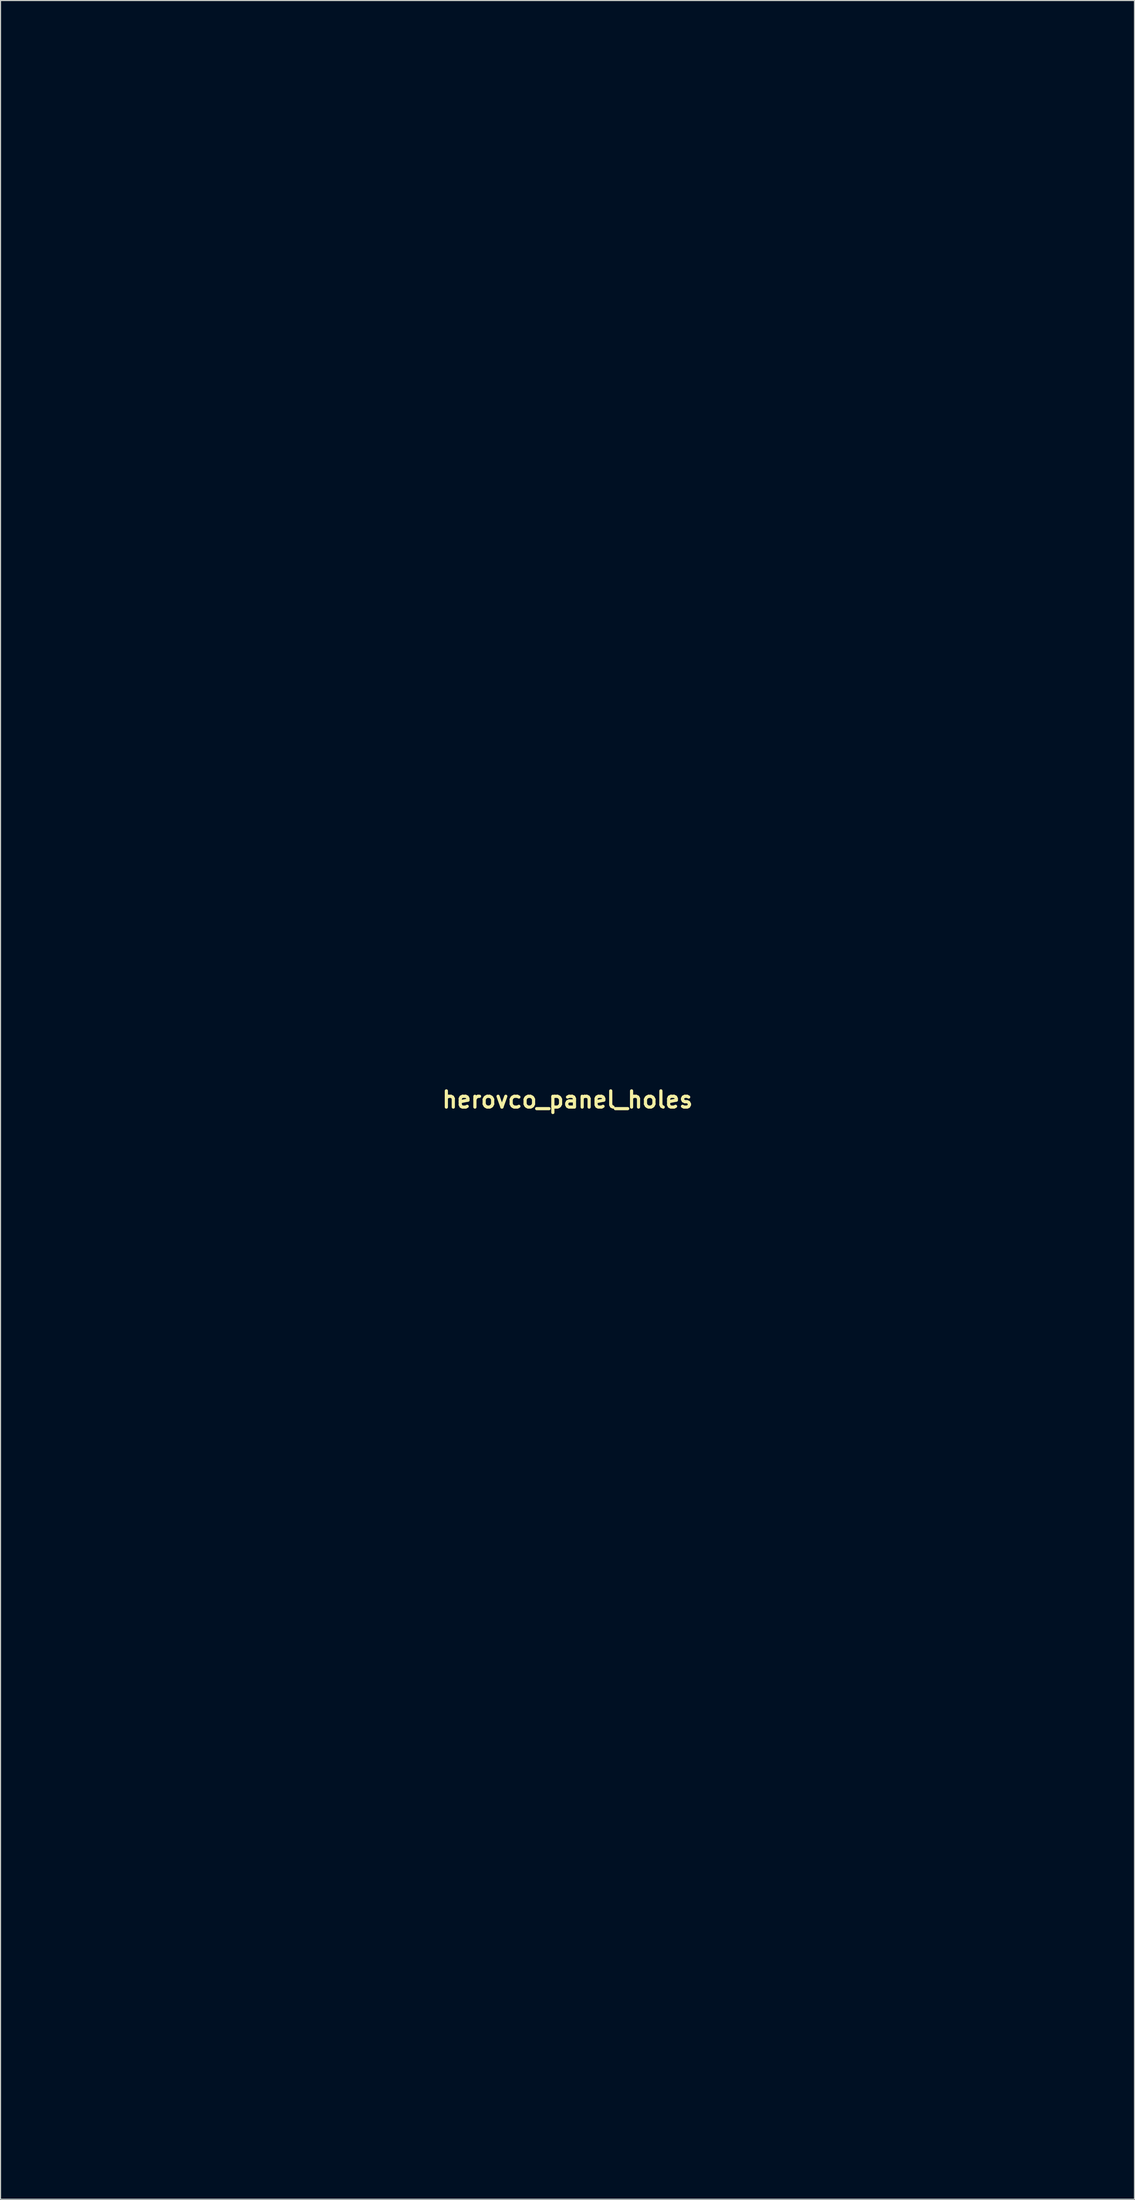
<source format=kicad_pcb>
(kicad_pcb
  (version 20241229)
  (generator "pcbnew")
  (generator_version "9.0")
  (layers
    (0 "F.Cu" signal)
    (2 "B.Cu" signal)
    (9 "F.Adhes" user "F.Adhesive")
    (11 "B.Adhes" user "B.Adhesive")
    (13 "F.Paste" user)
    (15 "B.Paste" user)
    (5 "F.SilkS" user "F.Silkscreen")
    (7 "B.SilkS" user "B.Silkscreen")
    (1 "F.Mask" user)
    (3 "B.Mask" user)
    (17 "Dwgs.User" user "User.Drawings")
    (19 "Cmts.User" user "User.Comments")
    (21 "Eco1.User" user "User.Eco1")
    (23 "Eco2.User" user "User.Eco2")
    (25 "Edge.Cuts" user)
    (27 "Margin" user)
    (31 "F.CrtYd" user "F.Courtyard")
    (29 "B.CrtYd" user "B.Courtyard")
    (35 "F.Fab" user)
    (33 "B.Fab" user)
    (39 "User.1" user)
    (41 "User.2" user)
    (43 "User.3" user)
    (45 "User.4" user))
  (footprint "herovco_panel_holes"
    (layer "F.Cu")
    (at 50.317 100.304)
    (property "Reference" "herovco_panel_holes" (at 0 0 0) (layer "F.SilkS") (effects (font (size 1.524 1.524) (thickness 0.3))))
    (attr board_only exclude_from_pos_files exclude_from_bom)
    (fp_poly (pts (xy -37.643 4.877) (xy -40.005 4.877) (xy -40.005 5.131) (xy -37.643 5.131) (xy -37.643 6.528) (xy -42.494 6.528) (xy -42.494 3.505) (xy -37.643 3.505)) (stroke (width 0.1) (type solid)) (fill no) (layer "Eco1.User"))
    (fp_poly (pts (xy -32.499 3.518) (xy -32.499 6.515) (xy -34.931 6.522) (xy -37.363 6.528) (xy -37.363 5.131) (xy -35.001 5.131) (xy -35.001 4.877) (xy -37.363 4.877) (xy -37.363 3.505)) (stroke (width 0.1) (type solid)) (fill no) (layer "Eco1.User"))
    (fp_poly (pts (xy 50.267 100.279) (xy -50.267 100.279) (xy -50.267 99.746) (xy -49.733 99.746) (xy 49.733 99.746) (xy 49.733 -99.72) (xy -49.733 -99.72) (xy -49.733 99.746) (xy -50.267 99.746) (xy -50.267 -100.254) (xy 50.267 -100.254)) (stroke (width 0.1) (type solid)) (fill no) (layer "Eco1.User"))
    (fp_poly (pts (xy 44.184 -41.221) (xy 44.403 -41.169) (xy 44.609 -41.078) (xy 44.797 -40.95) (xy 44.961 -40.784) (xy 45.096 -40.582) (xy 45.118 -40.538) (xy 45.209 -40.303) (xy 45.25 -40.069) (xy 45.24 -39.834) (xy 45.181 -39.597) (xy 45.11 -39.43) (xy 44.981 -39.222) (xy 44.818 -39.047) (xy 44.627 -38.908) (xy 44.413 -38.809) (xy 44.183 -38.752) (xy 43.944 -38.741) (xy 43.708 -38.774) (xy 43.493 -38.848) (xy 43.297 -38.963) (xy 43.139 -39.095) (xy 42.976 -39.284) (xy 42.857 -39.493) (xy 42.783 -39.715) (xy 42.764 -39.853) (xy 43.002 -39.853) (xy 43.866 -39.853) (xy 43.866 -38.989) (xy 44.12 -38.989) (xy 44.12 -39.853) (xy 45.009 -39.853) (xy 45.009 -40.105) (xy 44.571 -40.112) (xy 44.133 -40.119) (xy 44.119 -40.996) (xy 43.866 -40.996) (xy 43.866 -40.107) (xy 43.002 -40.107) (xy 43.002 -39.853) (xy 42.764 -39.853) (xy 42.752 -39.944) (xy 42.765 -40.174) (xy 42.823 -40.4) (xy 42.925 -40.614) (xy 43.071 -40.812) (xy 43.119 -40.863) (xy 43.309 -41.02) (xy 43.516 -41.133) (xy 43.735 -41.204) (xy 43.96 -41.233)) (stroke (width 0.1) (type solid)) (fill no) (layer "Eco1.User"))
    (fp_poly (pts (xy 44.252 -31.214) (xy 44.481 -31.141) (xy 44.69 -31.025) (xy 44.875 -30.872) (xy 45.028 -30.687) (xy 45.146 -30.477) (xy 45.222 -30.246) (xy 45.238 -30.161) (xy 45.249 -29.925) (xy 45.214 -29.695) (xy 45.137 -29.477) (xy 45.021 -29.277) (xy 44.872 -29.1) (xy 44.693 -28.952) (xy 44.489 -28.839) (xy 44.263 -28.766) (xy 44.196 -28.754) (xy 44.09 -28.738) (xy 44.01 -28.732) (xy 43.935 -28.735) (xy 43.842 -28.748) (xy 43.794 -28.756) (xy 43.564 -28.819) (xy 43.35 -28.926) (xy 43.161 -29.071) (xy 43 -29.249) (xy 42.875 -29.453) (xy 42.79 -29.678) (xy 42.776 -29.738) (xy 42.765 -29.845) (xy 43.002 -29.845) (xy 43.866 -29.845) (xy 43.866 -28.981) (xy 44.12 -28.981) (xy 44.12 -29.844) (xy 44.558 -29.851) (xy 44.996 -29.858) (xy 45.011 -30.124) (xy 44.12 -30.124) (xy 44.12 -30.988) (xy 43.866 -30.988) (xy 43.866 -30.124) (xy 43.002 -30.124) (xy 43.002 -29.845) (xy 42.765 -29.845) (xy 42.751 -29.982) (xy 42.774 -30.222) (xy 42.844 -30.452) (xy 42.959 -30.667) (xy 43.117 -30.86) (xy 43.139 -30.882) (xy 43.339 -31.041) (xy 43.557 -31.154) (xy 43.788 -31.221) (xy 44.029 -31.24)) (stroke (width 0.1) (type solid)) (fill no) (layer "Eco1.User"))
    (fp_poly (pts (xy 44.193 -51.218) (xy 44.367 -51.185) (xy 44.447 -51.158) (xy 44.675 -51.041) (xy 44.868 -50.889) (xy 45.025 -50.706) (xy 45.141 -50.497) (xy 45.215 -50.265) (xy 45.242 -50.015) (xy 45.243 -50) (xy 45.223 -49.751) (xy 45.162 -49.527) (xy 45.057 -49.324) (xy 44.904 -49.135) (xy 44.847 -49.078) (xy 44.655 -48.93) (xy 44.438 -48.824) (xy 44.206 -48.761) (xy 43.965 -48.743) (xy 43.723 -48.772) (xy 43.65 -48.79) (xy 43.427 -48.88) (xy 43.229 -49.009) (xy 43.06 -49.174) (xy 42.924 -49.366) (xy 42.825 -49.579) (xy 42.767 -49.809) (xy 42.764 -49.86) (xy 43.002 -49.86) (xy 43.866 -49.86) (xy 43.866 -48.997) (xy 44.119 -48.997) (xy 44.126 -49.422) (xy 44.133 -49.847) (xy 45.009 -49.861) (xy 45.009 -50.113) (xy 44.571 -50.12) (xy 44.133 -50.127) (xy 44.126 -50.552) (xy 44.119 -50.978) (xy 43.866 -50.978) (xy 43.866 -50.114) (xy 43.002 -50.114) (xy 43.002 -49.86) (xy 42.764 -49.86) (xy 42.755 -50.048) (xy 42.758 -50.095) (xy 42.805 -50.342) (xy 42.897 -50.569) (xy 43.029 -50.771) (xy 43.198 -50.943) (xy 43.399 -51.081) (xy 43.63 -51.18) (xy 43.646 -51.185) (xy 43.813 -51.219) (xy 44.002 -51.23)) (stroke (width 0.1) (type solid)) (fill no) (layer "Eco1.User"))
    (fp_poly (pts (xy 44.123 -61.233) (xy 44.353 -61.187) (xy 44.539 -61.116) (xy 44.745 -60.992) (xy 44.921 -60.832) (xy 45.063 -60.642) (xy 45.168 -60.429) (xy 45.231 -60.199) (xy 45.249 -59.96) (xy 45.238 -59.818) (xy 45.179 -59.577) (xy 45.079 -59.359) (xy 44.942 -59.168) (xy 44.772 -59.009) (xy 44.574 -58.883) (xy 44.354 -58.796) (xy 44.115 -58.75) (xy 43.863 -58.749) (xy 43.824 -58.754) (xy 43.615 -58.802) (xy 43.41 -58.894) (xy 43.22 -59.022) (xy 43.054 -59.179) (xy 42.923 -59.358) (xy 42.88 -59.438) (xy 42.794 -59.67) (xy 42.761 -59.868) (xy 43.002 -59.868) (xy 43.866 -59.868) (xy 43.866 -59.44) (xy 43.867 -59.298) (xy 43.869 -59.173) (xy 43.873 -59.076) (xy 43.878 -59.014) (xy 43.883 -58.996) (xy 43.917 -58.985) (xy 43.981 -58.979) (xy 44.009 -58.979) (xy 44.119 -58.979) (xy 44.133 -59.855) (xy 45.009 -59.869) (xy 45.009 -60.122) (xy 44.12 -60.122) (xy 44.12 -60.985) (xy 43.866 -60.985) (xy 43.866 -60.122) (xy 43.002 -60.122) (xy 43.002 -59.868) (xy 42.761 -59.868) (xy 42.756 -59.899) (xy 42.76 -60.122) (xy 42.804 -60.336) (xy 42.884 -60.535) (xy 42.995 -60.718) (xy 43.134 -60.879) (xy 43.298 -61.015) (xy 43.483 -61.122) (xy 43.684 -61.197) (xy 43.899 -61.235)) (stroke (width 0.1) (type solid)) (fill no) (layer "Eco1.User"))
    (fp_poly (pts (xy -43.721 95.486) (xy -43.462 95.598) (xy -43.227 95.751) (xy -43.022 95.939) (xy -42.854 96.156) (xy -42.808 96.233) (xy -42.725 96.395) (xy -42.668 96.543) (xy -42.633 96.694) (xy -42.616 96.866) (xy -42.612 97.015) (xy -42.613 97.155) (xy -42.619 97.26) (xy -42.631 97.345) (xy -42.651 97.425) (xy -42.678 97.506) (xy -42.799 97.778) (xy -42.955 98.013) (xy -43.148 98.214) (xy -43.319 98.345) (xy -43.525 98.463) (xy -43.741 98.545) (xy -43.983 98.595) (xy -44.046 98.603) (xy -44.113 98.608) (xy -44.225 98.612) (xy -44.375 98.615) (xy -44.559 98.618) (xy -44.768 98.621) (xy -44.999 98.622) (xy -45.244 98.623) (xy -45.498 98.624) (xy -45.754 98.624) (xy -46.007 98.623) (xy -46.251 98.622) (xy -46.48 98.62) (xy -46.687 98.618) (xy -46.867 98.615) (xy -47.014 98.611) (xy -47.121 98.607) (xy -47.181 98.603) (xy -47.46 98.545) (xy -47.719 98.441) (xy -47.955 98.295) (xy -48.162 98.11) (xy -48.337 97.889) (xy -48.428 97.732) (xy -48.523 97.507) (xy -48.578 97.28) (xy -48.597 97.032) (xy -48.597 97.015) (xy -48.573 96.73) (xy -48.502 96.462) (xy -48.386 96.213) (xy -48.229 95.99) (xy -48.032 95.794) (xy -47.798 95.63) (xy -47.712 95.584) (xy -47.648 95.551) (xy -47.59 95.523) (xy -47.534 95.5) (xy -47.476 95.48) (xy -47.412 95.463) (xy -47.337 95.45) (xy -47.247 95.439) (xy -47.139 95.431) (xy -47.008 95.425) (xy -46.85 95.42) (xy -46.661 95.418) (xy -46.437 95.416) (xy -46.174 95.415) (xy -45.867 95.415) (xy -45.58 95.415) (xy -43.929 95.415)) (stroke (width 0.1) (type solid)) (fill no) (layer "Eco1.User"))
    (fp_poly (pts (xy -44.85 -98.6) (xy -44.625 -98.598) (xy -44.434 -98.595) (xy -44.273 -98.589) (xy -44.137 -98.582) (xy -44.023 -98.573) (xy -43.927 -98.561) (xy -43.843 -98.547) (xy -43.768 -98.529) (xy -43.698 -98.509) (xy -43.666 -98.498) (xy -43.428 -98.392) (xy -43.209 -98.242) (xy -43.014 -98.053) (xy -42.849 -97.832) (xy -42.718 -97.583) (xy -42.678 -97.481) (xy -42.648 -97.391) (xy -42.629 -97.311) (xy -42.618 -97.225) (xy -42.613 -97.118) (xy -42.612 -96.99) (xy -42.619 -96.793) (xy -42.64 -96.629) (xy -42.68 -96.48) (xy -42.743 -96.33) (xy -42.808 -96.208) (xy -42.962 -95.983) (xy -43.156 -95.785) (xy -43.381 -95.62) (xy -43.632 -95.494) (xy -43.721 -95.461) (xy -43.929 -95.391) (xy -45.504 -95.386) (xy -45.787 -95.386) (xy -46.059 -95.386) (xy -46.314 -95.387) (xy -46.548 -95.389) (xy -46.756 -95.391) (xy -46.933 -95.394) (xy -47.074 -95.397) (xy -47.174 -95.4) (xy -47.229 -95.404) (xy -47.23 -95.404) (xy -47.501 -95.47) (xy -47.753 -95.58) (xy -47.982 -95.731) (xy -48.183 -95.917) (xy -48.35 -96.134) (xy -48.48 -96.378) (xy -48.556 -96.603) (xy -48.583 -96.759) (xy -48.595 -96.941) (xy -48.591 -97.129) (xy -48.572 -97.301) (xy -48.556 -97.376) (xy -48.463 -97.637) (xy -48.327 -97.878) (xy -48.151 -98.094) (xy -47.942 -98.278) (xy -47.72 -98.414) (xy -47.652 -98.449) (xy -47.591 -98.479) (xy -47.533 -98.504) (xy -47.473 -98.525) (xy -47.407 -98.542) (xy -47.33 -98.556) (xy -47.238 -98.567) (xy -47.127 -98.575) (xy -46.992 -98.581) (xy -46.828 -98.586) (xy -46.632 -98.59) (xy -46.399 -98.592) (xy -46.124 -98.594) (xy -45.803 -98.597) (xy -45.771 -98.597) (xy -45.419 -98.599) (xy -45.113 -98.6)) (stroke (width 0.1) (type solid)) (fill no) (layer "Eco1.User"))
    (fp_poly (pts (xy -24.423 -28.437) (xy -24.161 -28.384) (xy -23.773 -28.265) (xy -23.4 -28.101) (xy -23.049 -27.893) (xy -22.724 -27.646) (xy -22.431 -27.362) (xy -22.264 -27.165) (xy -22.155 -27.023) (xy -22.069 -26.899) (xy -21.993 -26.778) (xy -21.918 -26.64) (xy -21.858 -26.522) (xy -21.699 -26.148) (xy -21.588 -25.756) (xy -21.524 -25.348) (xy -21.508 -24.994) (xy -21.532 -24.565) (xy -21.603 -24.155) (xy -21.722 -23.763) (xy -21.887 -23.39) (xy -22.1 -23.036) (xy -22.359 -22.703) (xy -22.485 -22.566) (xy -22.796 -22.277) (xy -23.131 -22.032) (xy -23.491 -21.832) (xy -23.878 -21.674) (xy -24.232 -21.573) (xy -24.414 -21.539) (xy -24.629 -21.515) (xy -24.859 -21.5) (xy -25.09 -21.495) (xy -25.305 -21.502) (xy -25.489 -21.52) (xy -25.514 -21.524) (xy -25.938 -21.617) (xy -26.334 -21.752) (xy -26.702 -21.93) (xy -27.046 -22.151) (xy -27.368 -22.417) (xy -27.471 -22.516) (xy -27.756 -22.835) (xy -27.995 -23.175) (xy -28.187 -23.535) (xy -28.333 -23.917) (xy -28.432 -24.318) (xy -28.485 -24.739) (xy -28.491 -24.843) (xy -28.49 -24.867) (xy -27.508 -24.867) (xy -26.321 -24.861) (xy -25.133 -24.854) (xy -25.12 -22.479) (xy -24.867 -22.479) (xy -24.867 -24.867) (xy -22.504 -24.867) (xy -22.504 -25.121) (xy -24.867 -25.121) (xy -24.867 -27.483) (xy -25.121 -27.483) (xy -25.121 -25.121) (xy -27.508 -25.121) (xy -27.508 -24.867) (xy -28.49 -24.867) (xy -28.484 -25.273) (xy -28.43 -25.686) (xy -28.328 -26.083) (xy -28.178 -26.461) (xy -27.982 -26.821) (xy -27.738 -27.161) (xy -27.451 -27.478) (xy -27.136 -27.756) (xy -26.796 -27.99) (xy -26.435 -28.18) (xy -26.055 -28.325) (xy -25.661 -28.424) (xy -25.255 -28.476) (xy -24.841 -28.481)) (stroke (width 0.1) (type solid)) (fill no) (layer "Eco1.User"))
    (fp_poly (pts (xy 25.276 21.562) (xy 25.491 21.581) (xy 25.629 21.601) (xy 26.038 21.704) (xy 26.426 21.851) (xy 26.789 22.04) (xy 27.124 22.267) (xy 27.43 22.529) (xy 27.703 22.825) (xy 27.941 23.151) (xy 28.141 23.505) (xy 28.3 23.883) (xy 28.416 24.283) (xy 28.462 24.524) (xy 28.485 24.733) (xy 28.494 24.97) (xy 28.491 25.217) (xy 28.475 25.457) (xy 28.447 25.674) (xy 28.426 25.781) (xy 28.307 26.193) (xy 28.145 26.58) (xy 27.942 26.94) (xy 27.702 27.27) (xy 27.428 27.569) (xy 27.12 27.832) (xy 26.783 28.059) (xy 26.418 28.247) (xy 26.028 28.392) (xy 25.652 28.486) (xy 25.512 28.507) (xy 25.34 28.523) (xy 25.149 28.534) (xy 24.955 28.539) (xy 24.773 28.538) (xy 24.618 28.53) (xy 24.552 28.522) (xy 24.136 28.44) (xy 23.737 28.31) (xy 23.358 28.134) (xy 23.001 27.914) (xy 22.671 27.652) (xy 22.446 27.432) (xy 22.181 27.116) (xy 21.96 26.777) (xy 21.783 26.421) (xy 21.649 26.051) (xy 21.558 25.67) (xy 21.511 25.284) (xy 21.51 25.171) (xy 22.504 25.171) (xy 24.867 25.171) (xy 24.867 27.534) (xy 25.12 27.534) (xy 25.133 25.184) (xy 26.321 25.177) (xy 27.508 25.171) (xy 27.508 24.917) (xy 25.121 24.917) (xy 25.121 22.555) (xy 24.867 22.555) (xy 24.867 24.917) (xy 22.504 24.917) (xy 22.504 25.171) (xy 21.51 25.171) (xy 21.506 24.895) (xy 21.545 24.508) (xy 21.626 24.127) (xy 21.749 23.755) (xy 21.915 23.397) (xy 22.124 23.056) (xy 22.374 22.736) (xy 22.625 22.479) (xy 22.946 22.216) (xy 23.297 21.993) (xy 23.672 21.812) (xy 24.067 21.675) (xy 24.39 21.599) (xy 24.581 21.573) (xy 24.804 21.559) (xy 25.041 21.555)) (stroke (width 0.1) (type solid)) (fill no) (layer "Eco1.User"))
    (fp_poly (pts (xy -12.164 45.027) (xy -11.691 45.081) (xy -11.229 45.179) (xy -10.779 45.32) (xy -10.345 45.503) (xy -9.929 45.725) (xy -9.536 45.987) (xy -9.167 46.286) (xy -8.827 46.622) (xy -8.517 46.992) (xy -8.24 47.397) (xy -8.001 47.834) (xy -7.975 47.887) (xy -7.786 48.346) (xy -7.646 48.815) (xy -7.552 49.291) (xy -7.506 49.771) (xy -7.507 50.251) (xy -7.553 50.728) (xy -7.644 51.198) (xy -7.78 51.658) (xy -7.96 52.104) (xy -8.184 52.533) (xy -8.45 52.941) (xy -8.759 53.325) (xy -8.953 53.532) (xy -9.326 53.871) (xy -9.725 54.168) (xy -10.149 54.423) (xy -10.593 54.633) (xy -11.055 54.799) (xy -11.531 54.919) (xy -12.019 54.991) (xy -12.514 55.015) (xy -13.014 54.989) (xy -13.027 54.987) (xy -13.513 54.912) (xy -13.984 54.789) (xy -14.436 54.622) (xy -14.869 54.414) (xy -15.278 54.165) (xy -15.661 53.88) (xy -16.016 53.561) (xy -16.339 53.209) (xy -16.629 52.828) (xy -16.881 52.42) (xy -17.094 51.987) (xy -17.265 51.532) (xy -17.39 51.058) (xy -17.397 51.027) (xy -17.472 50.537) (xy -17.493 50.14) (xy -15.011 50.14) (xy -12.624 50.14) (xy -12.624 52.502) (xy -12.37 52.502) (xy -12.37 50.14) (xy -10.008 50.14) (xy -10.008 49.886) (xy -12.37 49.886) (xy -12.37 47.523) (xy -12.624 47.523) (xy -12.624 49.886) (xy -15.011 49.886) (xy -15.011 50.14) (xy -17.493 50.14) (xy -17.499 50.043) (xy -17.477 49.548) (xy -17.408 49.059) (xy -17.291 48.581) (xy -17.154 48.184) (xy -16.947 47.728) (xy -16.698 47.299) (xy -16.41 46.899) (xy -16.085 46.53) (xy -15.726 46.196) (xy -15.336 45.898) (xy -14.917 45.639) (xy -14.472 45.422) (xy -14.091 45.277) (xy -13.61 45.142) (xy -13.126 45.057) (xy -12.643 45.019)) (stroke (width 0.1) (type solid)) (fill no) (layer "Eco1.User"))
    (fp_poly (pts (xy -36.854 45.057) (xy -36.388 45.141) (xy -35.931 45.268) (xy -35.486 45.439) (xy -35.058 45.653) (xy -34.649 45.91) (xy -34.264 46.208) (xy -34.014 46.438) (xy -33.666 46.815) (xy -33.362 47.215) (xy -33.104 47.637) (xy -32.888 48.085) (xy -32.809 48.285) (xy -32.668 48.735) (xy -32.571 49.204) (xy -32.517 49.684) (xy -32.509 50.169) (xy -32.545 50.651) (xy -32.626 51.122) (xy -32.654 51.238) (xy -32.799 51.713) (xy -32.99 52.169) (xy -33.225 52.601) (xy -33.5 53.008) (xy -33.814 53.387) (xy -34.164 53.733) (xy -34.548 54.046) (xy -34.965 54.321) (xy -35.245 54.476) (xy -35.68 54.671) (xy -36.138 54.823) (xy -36.612 54.931) (xy -37.094 54.995) (xy -37.577 55.013) (xy -38.055 54.983) (xy -38.1 54.978) (xy -38.596 54.892) (xy -39.072 54.761) (xy -39.534 54.582) (xy -39.878 54.413) (xy -40.262 54.182) (xy -40.633 53.906) (xy -40.982 53.595) (xy -41.304 53.254) (xy -41.588 52.891) (xy -41.681 52.756) (xy -41.934 52.325) (xy -42.141 51.875) (xy -42.301 51.408) (xy -42.415 50.929) (xy -42.481 50.44) (xy -42.492 50.14) (xy -40.005 50.14) (xy -37.643 50.14) (xy -37.643 52.502) (xy -37.363 52.502) (xy -37.363 50.14) (xy -35.001 50.14) (xy -35.001 49.886) (xy -37.363 49.886) (xy -37.363 47.523) (xy -37.643 47.523) (xy -37.643 49.886) (xy -40.005 49.886) (xy -40.005 50.14) (xy -42.492 50.14) (xy -42.498 49.945) (xy -42.467 49.448) (xy -42.387 48.951) (xy -42.351 48.793) (xy -42.211 48.33) (xy -42.025 47.882) (xy -41.795 47.454) (xy -41.523 47.049) (xy -41.213 46.67) (xy -40.866 46.321) (xy -40.486 46.006) (xy -40.08 45.731) (xy -39.648 45.497) (xy -39.201 45.309) (xy -38.742 45.168) (xy -38.274 45.072) (xy -37.801 45.022) (xy -37.327 45.017)) (stroke (width 0.1) (type solid)) (fill no) (layer "Eco1.User"))
    (fp_poly (pts (xy 25.404 -8.463) (xy 25.783 -8.399) (xy 26.152 -8.29) (xy 26.522 -8.134) (xy 26.531 -8.129) (xy 26.898 -7.923) (xy 27.232 -7.678) (xy 27.533 -7.398) (xy 27.798 -7.086) (xy 28.025 -6.745) (xy 28.211 -6.378) (xy 28.354 -5.988) (xy 28.451 -5.578) (xy 28.465 -5.499) (xy 28.483 -5.329) (xy 28.492 -5.127) (xy 28.491 -4.909) (xy 28.482 -4.691) (xy 28.465 -4.49) (xy 28.44 -4.319) (xy 28.435 -4.293) (xy 28.321 -3.878) (xy 28.162 -3.489) (xy 27.96 -3.125) (xy 27.714 -2.785) (xy 27.522 -2.57) (xy 27.207 -2.278) (xy 26.87 -2.031) (xy 26.512 -1.83) (xy 26.134 -1.676) (xy 25.737 -1.568) (xy 25.324 -1.508) (xy 24.895 -1.495) (xy 24.752 -1.502) (xy 24.529 -1.521) (xy 24.333 -1.551) (xy 24.141 -1.595) (xy 23.929 -1.658) (xy 23.914 -1.663) (xy 23.523 -1.817) (xy 23.159 -2.014) (xy 22.823 -2.25) (xy 22.518 -2.524) (xy 22.247 -2.832) (xy 22.013 -3.172) (xy 21.818 -3.541) (xy 21.678 -3.895) (xy 21.6 -4.161) (xy 21.547 -4.42) (xy 21.517 -4.688) (xy 21.512 -4.851) (xy 22.504 -4.851) (xy 24.867 -4.851) (xy 24.867 -2.489) (xy 25.121 -2.489) (xy 25.121 -4.851) (xy 27.508 -4.851) (xy 27.508 -5.105) (xy 25.133 -5.118) (xy 25.127 -6.306) (xy 25.12 -7.493) (xy 24.867 -7.493) (xy 24.867 -5.105) (xy 22.504 -5.105) (xy 22.504 -4.851) (xy 21.512 -4.851) (xy 21.508 -4.985) (xy 21.508 -5.004) (xy 21.534 -5.429) (xy 21.607 -5.839) (xy 21.728 -6.231) (xy 21.895 -6.604) (xy 22.108 -6.955) (xy 22.366 -7.284) (xy 22.506 -7.434) (xy 22.822 -7.721) (xy 23.155 -7.96) (xy 23.506 -8.152) (xy 23.688 -8.23) (xy 23.995 -8.338) (xy 24.283 -8.414) (xy 24.57 -8.46) (xy 24.875 -8.481) (xy 25.006 -8.483)) (stroke (width 0.1) (type solid)) (fill no) (layer "Eco1.User"))
    (fp_poly (pts (xy 46.234 95.415) (xy 46.488 95.416) (xy 46.705 95.418) (xy 46.887 95.421) (xy 47.039 95.426) (xy 47.165 95.433) (xy 47.27 95.442) (xy 47.357 95.454) (xy 47.43 95.469) (xy 47.495 95.487) (xy 47.555 95.51) (xy 47.613 95.536) (xy 47.675 95.567) (xy 47.739 95.6) (xy 47.889 95.695) (xy 48.045 95.823) (xy 48.193 95.971) (xy 48.32 96.126) (xy 48.396 96.243) (xy 48.498 96.476) (xy 48.563 96.732) (xy 48.589 96.998) (xy 48.574 97.26) (xy 48.551 97.384) (xy 48.465 97.641) (xy 48.335 97.879) (xy 48.165 98.094) (xy 47.961 98.28) (xy 47.727 98.433) (xy 47.467 98.547) (xy 47.396 98.57) (xy 47.362 98.578) (xy 47.32 98.586) (xy 47.265 98.592) (xy 47.194 98.598) (xy 47.103 98.602) (xy 46.988 98.606) (xy 46.845 98.609) (xy 46.669 98.611) (xy 46.457 98.613) (xy 46.205 98.615) (xy 45.908 98.616) (xy 45.707 98.617) (xy 45.426 98.618) (xy 45.157 98.618) (xy 44.904 98.618) (xy 44.672 98.617) (xy 44.466 98.615) (xy 44.292 98.613) (xy 44.154 98.611) (xy 44.056 98.608) (xy 44.005 98.604) (xy 43.739 98.55) (xy 43.495 98.452) (xy 43.267 98.309) (xy 43.065 98.133) (xy 42.878 97.915) (xy 42.739 97.682) (xy 42.648 97.43) (xy 42.602 97.159) (xy 42.597 97.015) (xy 42.619 96.734) (xy 42.686 96.474) (xy 42.8 96.233) (xy 42.962 96.009) (xy 43.065 95.897) (xy 43.27 95.717) (xy 43.483 95.582) (xy 43.716 95.484) (xy 43.79 95.462) (xy 43.826 95.452) (xy 43.866 95.444) (xy 43.913 95.437) (xy 43.972 95.432) (xy 44.047 95.427) (xy 44.141 95.423) (xy 44.259 95.421) (xy 44.404 95.418) (xy 44.581 95.417) (xy 44.794 95.416) (xy 45.047 95.415) (xy 45.344 95.415) (xy 45.593 95.415) (xy 45.937 95.415)) (stroke (width 0.1) (type solid)) (fill no) (layer "Eco1.User"))
    (fp_poly (pts (xy 12.76 45.022) (xy 13.246 45.071) (xy 13.725 45.168) (xy 14.195 45.312) (xy 14.65 45.504) (xy 14.699 45.527) (xy 15.139 45.773) (xy 15.546 46.053) (xy 15.917 46.367) (xy 16.252 46.71) (xy 16.549 47.08) (xy 16.809 47.474) (xy 17.028 47.889) (xy 17.207 48.322) (xy 17.345 48.77) (xy 17.44 49.23) (xy 17.491 49.699) (xy 17.498 50.175) (xy 17.458 50.653) (xy 17.372 51.133) (xy 17.237 51.609) (xy 17.062 52.062) (xy 16.853 52.477) (xy 16.6 52.873) (xy 16.302 53.252) (xy 16.004 53.569) (xy 15.627 53.908) (xy 15.228 54.202) (xy 14.806 54.451) (xy 14.36 54.656) (xy 13.889 54.816) (xy 13.393 54.932) (xy 13.335 54.943) (xy 13.166 54.966) (xy 12.964 54.985) (xy 12.743 54.998) (xy 12.517 55.006) (xy 12.301 55.007) (xy 12.108 55.001) (xy 11.978 54.99) (xy 11.482 54.909) (xy 11.004 54.782) (xy 10.546 54.612) (xy 10.11 54.4) (xy 9.698 54.149) (xy 9.315 53.862) (xy 8.96 53.54) (xy 8.639 53.186) (xy 8.352 52.802) (xy 8.102 52.391) (xy 7.892 51.954) (xy 7.725 51.494) (xy 7.607 51.036) (xy 7.529 50.54) (xy 7.507 50.14) (xy 10.008 50.14) (xy 12.37 50.14) (xy 12.37 52.502) (xy 12.624 52.502) (xy 12.624 50.14) (xy 15.011 50.14) (xy 15.011 49.886) (xy 12.624 49.886) (xy 12.624 47.523) (xy 12.37 47.523) (xy 12.37 49.886) (xy 10.008 49.886) (xy 10.008 50.14) (xy 7.507 50.14) (xy 7.501 50.044) (xy 7.522 49.552) (xy 7.591 49.068) (xy 7.706 48.594) (xy 7.867 48.134) (xy 8.073 47.691) (xy 8.323 47.268) (xy 8.616 46.869) (xy 8.951 46.496) (xy 8.966 46.481) (xy 9.339 46.143) (xy 9.739 45.847) (xy 10.169 45.592) (xy 10.371 45.491) (xy 10.831 45.302) (xy 11.303 45.16) (xy 11.785 45.066) (xy 12.272 45.02)) (stroke (width 0.1) (type solid)) (fill no) (layer "Eco1.User"))
    (fp_poly (pts (xy 12.841 70.028) (xy 13.33 70.084) (xy 13.81 70.188) (xy 14.278 70.339) (xy 14.337 70.362) (xy 14.79 70.568) (xy 15.215 70.815) (xy 15.61 71.099) (xy 15.973 71.417) (xy 16.302 71.768) (xy 16.595 72.147) (xy 16.85 72.552) (xy 17.066 72.981) (xy 17.24 73.429) (xy 17.371 73.894) (xy 17.457 74.374) (xy 17.495 74.865) (xy 17.493 75.209) (xy 17.448 75.716) (xy 17.355 76.208) (xy 17.215 76.682) (xy 17.029 77.137) (xy 16.797 77.57) (xy 16.521 77.981) (xy 16.2 78.367) (xy 16.119 78.454) (xy 15.75 78.805) (xy 15.364 79.11) (xy 14.957 79.369) (xy 14.527 79.585) (xy 14.07 79.759) (xy 13.72 79.861) (xy 13.343 79.938) (xy 12.941 79.988) (xy 12.532 80.008) (xy 12.131 79.999) (xy 11.825 79.969) (xy 11.338 79.878) (xy 10.868 79.74) (xy 10.417 79.558) (xy 9.987 79.333) (xy 9.582 79.07) (xy 9.205 78.769) (xy 8.858 78.433) (xy 8.544 78.065) (xy 8.266 77.668) (xy 8.027 77.242) (xy 7.83 76.791) (xy 7.762 76.601) (xy 7.624 76.108) (xy 7.537 75.615) (xy 7.501 75.133) (xy 10.008 75.133) (xy 12.37 75.133) (xy 12.37 77.521) (xy 12.623 77.521) (xy 12.63 76.333) (xy 12.636 75.146) (xy 13.825 75.139) (xy 15.014 75.133) (xy 15.006 75.012) (xy 14.999 74.892) (xy 13.811 74.885) (xy 12.624 74.879) (xy 12.624 72.517) (xy 12.37 72.517) (xy 12.37 74.879) (xy 10.008 74.879) (xy 10.008 75.133) (xy 7.501 75.133) (xy 7.5 75.12) (xy 7.514 74.625) (xy 7.58 74.129) (xy 7.682 73.68) (xy 7.837 73.212) (xy 8.036 72.764) (xy 8.278 72.34) (xy 8.559 71.942) (xy 8.877 71.574) (xy 9.228 71.237) (xy 9.611 70.936) (xy 10.023 70.673) (xy 10.46 70.451) (xy 10.888 70.283) (xy 11.367 70.147) (xy 11.855 70.06) (xy 12.347 70.02)) (stroke (width 0.1) (type solid)) (fill no) (layer "Eco1.User"))
    (fp_poly (pts (xy -11.989 70.04) (xy -11.54 70.106) (xy -11.062 70.224) (xy -10.602 70.388) (xy -10.161 70.596) (xy -9.744 70.845) (xy -9.353 71.134) (xy -8.99 71.459) (xy -8.66 71.819) (xy -8.365 72.21) (xy -8.108 72.631) (xy -7.904 73.048) (xy -7.732 73.513) (xy -7.607 73.987) (xy -7.531 74.467) (xy -7.502 74.951) (xy -7.519 75.433) (xy -7.584 75.912) (xy -7.693 76.382) (xy -7.849 76.842) (xy -8.049 77.286) (xy -8.293 77.711) (xy -8.581 78.115) (xy -8.666 78.219) (xy -9.008 78.59) (xy -9.381 78.921) (xy -9.783 79.211) (xy -10.211 79.459) (xy -10.662 79.664) (xy -11.134 79.823) (xy -11.624 79.936) (xy -11.857 79.972) (xy -12.061 79.992) (xy -12.298 80.003) (xy -12.55 80.006) (xy -12.798 80) (xy -13.027 79.986) (xy -13.17 79.97) (xy -13.665 79.878) (xy -14.142 79.738) (xy -14.6 79.551) (xy -15.038 79.319) (xy -15.453 79.041) (xy -15.846 78.719) (xy -16.12 78.453) (xy -16.445 78.079) (xy -16.727 77.682) (xy -16.965 77.265) (xy -17.16 76.831) (xy -17.311 76.384) (xy -17.418 75.926) (xy -17.481 75.461) (xy -17.494 75.133) (xy -15.014 75.133) (xy -13.825 75.139) (xy -12.636 75.146) (xy -12.623 77.521) (xy -12.37 77.521) (xy -12.37 75.133) (xy -10.008 75.133) (xy -10.008 74.879) (xy -12.37 74.879) (xy -12.37 72.517) (xy -12.624 72.517) (xy -12.624 74.879) (xy -13.811 74.885) (xy -14.999 74.892) (xy -15.006 75.012) (xy -15.014 75.133) (xy -17.494 75.133) (xy -17.5 74.993) (xy -17.475 74.524) (xy -17.405 74.057) (xy -17.291 73.597) (xy -17.133 73.145) (xy -16.93 72.706) (xy -16.683 72.282) (xy -16.391 71.877) (xy -16.312 71.779) (xy -15.98 71.422) (xy -15.617 71.102) (xy -15.225 70.821) (xy -14.808 70.58) (xy -14.37 70.38) (xy -13.915 70.222) (xy -13.445 70.108) (xy -12.965 70.039) (xy -12.479 70.016)) (stroke (width 0.1) (type solid)) (fill no) (layer "Eco1.User"))
    (fp_poly (pts (xy 25.29 -38.47) (xy 25.477 -38.455) (xy 25.556 -38.444) (xy 25.967 -38.35) (xy 26.36 -38.21) (xy 26.733 -38.026) (xy 27.081 -37.8) (xy 27.4 -37.534) (xy 27.687 -37.231) (xy 27.803 -37.086) (xy 27.911 -36.928) (xy 28.023 -36.737) (xy 28.133 -36.53) (xy 28.231 -36.32) (xy 28.312 -36.123) (xy 28.36 -35.979) (xy 28.452 -35.567) (xy 28.494 -35.147) (xy 28.488 -34.725) (xy 28.433 -34.307) (xy 28.36 -33.998) (xy 28.298 -33.818) (xy 28.212 -33.614) (xy 28.11 -33.4) (xy 27.998 -33.193) (xy 27.885 -33.008) (xy 27.804 -32.891) (xy 27.536 -32.578) (xy 27.234 -32.299) (xy 26.903 -32.056) (xy 26.547 -31.852) (xy 26.173 -31.692) (xy 25.785 -31.576) (xy 25.572 -31.534) (xy 25.412 -31.516) (xy 25.222 -31.504) (xy 25.015 -31.5) (xy 24.808 -31.503) (xy 24.617 -31.513) (xy 24.457 -31.53) (xy 24.435 -31.534) (xy 24.021 -31.63) (xy 23.628 -31.77) (xy 23.259 -31.953) (xy 22.918 -32.175) (xy 22.606 -32.436) (xy 22.326 -32.731) (xy 22.081 -33.06) (xy 21.875 -33.419) (xy 21.709 -33.805) (xy 21.679 -33.892) (xy 21.596 -34.177) (xy 21.542 -34.455) (xy 21.514 -34.746) (xy 21.511 -34.849) (xy 22.504 -34.849) (xy 24.867 -34.849) (xy 24.867 -32.487) (xy 25.121 -32.487) (xy 25.121 -34.848) (xy 27.495 -34.861) (xy 27.495 -35.115) (xy 26.308 -35.122) (xy 25.121 -35.129) (xy 25.121 -37.49) (xy 24.867 -37.49) (xy 24.867 -35.128) (xy 22.504 -35.128) (xy 22.504 -34.849) (xy 21.511 -34.849) (xy 21.508 -34.989) (xy 21.519 -35.302) (xy 21.553 -35.588) (xy 21.613 -35.866) (xy 21.679 -36.085) (xy 21.835 -36.475) (xy 22.033 -36.839) (xy 22.27 -37.174) (xy 22.544 -37.477) (xy 22.85 -37.747) (xy 23.188 -37.98) (xy 23.552 -38.173) (xy 23.942 -38.325) (xy 24.282 -38.417) (xy 24.443 -38.444) (xy 24.64 -38.463) (xy 24.856 -38.474) (xy 25.078 -38.476)) (stroke (width 0.1) (type solid)) (fill no) (layer "Eco1.User"))
    (fp_poly (pts (xy -24.494 -69.956) (xy -23.999 -69.885) (xy -23.522 -69.766) (xy -23.061 -69.599) (xy -22.618 -69.385) (xy -22.263 -69.171) (xy -21.982 -68.97) (xy -21.704 -68.741) (xy -21.44 -68.495) (xy -21.204 -68.244) (xy -21.053 -68.059) (xy -20.763 -67.64) (xy -20.52 -67.2) (xy -20.322 -66.744) (xy -20.171 -66.274) (xy -20.068 -65.792) (xy -20.013 -65.303) (xy -20.006 -64.809) (xy -20.049 -64.312) (xy -20.141 -63.816) (xy -20.182 -63.656) (xy -20.336 -63.185) (xy -20.536 -62.736) (xy -20.781 -62.308) (xy -21.072 -61.903) (xy -21.409 -61.52) (xy -21.474 -61.454) (xy -21.85 -61.112) (xy -22.25 -60.815) (xy -22.672 -60.563) (xy -23.118 -60.356) (xy -23.588 -60.193) (xy -24.083 -60.075) (xy -24.338 -60.033) (xy -24.545 -60.012) (xy -24.784 -60) (xy -25.042 -59.998) (xy -25.3 -60.006) (xy -25.543 -60.022) (xy -25.743 -60.046) (xy -26.237 -60.147) (xy -26.713 -60.294) (xy -27.167 -60.485) (xy -27.597 -60.719) (xy -28.001 -60.991) (xy -28.376 -61.302) (xy -28.72 -61.648) (xy -29.029 -62.028) (xy -29.302 -62.439) (xy -29.536 -62.88) (xy -29.7 -63.271) (xy -29.837 -63.71) (xy -29.932 -64.169) (xy -29.984 -64.642) (xy -29.994 -65.12) (xy -29.994 -65.126) (xy -27.511 -65.126) (xy -27.503 -64.992) (xy -27.495 -64.859) (xy -25.121 -64.846) (xy -25.121 -62.484) (xy -24.867 -62.484) (xy -24.867 -64.846) (xy -22.504 -64.846) (xy -22.504 -65.126) (xy -24.867 -65.126) (xy -24.867 -67.488) (xy -25.121 -67.488) (xy -25.121 -65.126) (xy -27.511 -65.126) (xy -29.994 -65.126) (xy -29.961 -65.596) (xy -29.885 -66.061) (xy -29.797 -66.409) (xy -29.632 -66.877) (xy -29.423 -67.323) (xy -29.172 -67.743) (xy -28.883 -68.137) (xy -28.558 -68.499) (xy -28.2 -68.829) (xy -27.81 -69.123) (xy -27.393 -69.377) (xy -26.951 -69.591) (xy -26.602 -69.722) (xy -26.269 -69.824) (xy -25.955 -69.898) (xy -25.644 -69.946) (xy -25.316 -69.972) (xy -25.006 -69.979)) (stroke (width 0.1) (type solid)) (fill no) (layer "Eco1.User"))
    (fp_poly (pts (xy -11.997 20.04) (xy -11.509 20.113) (xy -11.035 20.232) (xy -10.578 20.397) (xy -10.141 20.604) (xy -9.727 20.852) (xy -9.339 21.14) (xy -8.979 21.466) (xy -8.651 21.827) (xy -8.356 22.223) (xy -8.099 22.651) (xy -8.014 22.817) (xy -7.813 23.281) (xy -7.662 23.758) (xy -7.56 24.243) (xy -7.508 24.735) (xy -7.505 25.23) (xy -7.552 25.727) (xy -7.65 26.222) (xy -7.682 26.345) (xy -7.837 26.816) (xy -8.036 27.264) (xy -8.276 27.687) (xy -8.555 28.082) (xy -8.87 28.447) (xy -9.218 28.781) (xy -9.597 29.079) (xy -10.004 29.341) (xy -10.437 29.564) (xy -10.892 29.744) (xy -11.368 29.881) (xy -11.684 29.945) (xy -11.904 29.974) (xy -12.152 29.996) (xy -12.409 30.008) (xy -12.658 30.01) (xy -12.881 30.001) (xy -12.93 29.997) (xy -13.429 29.928) (xy -13.912 29.81) (xy -14.379 29.646) (xy -14.826 29.438) (xy -15.251 29.186) (xy -15.65 28.892) (xy -16.022 28.558) (xy -16.362 28.186) (xy -16.593 27.888) (xy -16.687 27.745) (xy -16.791 27.568) (xy -16.899 27.369) (xy -17.005 27.16) (xy -17.102 26.954) (xy -17.183 26.765) (xy -17.243 26.605) (xy -17.243 26.604) (xy -17.375 26.121) (xy -17.459 25.631) (xy -17.495 25.146) (xy -15.011 25.146) (xy -12.624 25.146) (xy -12.624 27.508) (xy -12.37 27.508) (xy -12.37 25.146) (xy -10.008 25.146) (xy -10.008 24.892) (xy -12.37 24.892) (xy -12.37 22.504) (xy -12.623 22.504) (xy -12.636 24.879) (xy -15.011 24.893) (xy -15.011 25.146) (xy -17.495 25.146) (xy -17.495 25.138) (xy -17.484 24.647) (xy -17.425 24.162) (xy -17.32 23.685) (xy -17.169 23.22) (xy -16.971 22.773) (xy -16.798 22.458) (xy -16.518 22.04) (xy -16.202 21.656) (xy -15.854 21.308) (xy -15.476 20.998) (xy -15.071 20.727) (xy -14.642 20.497) (xy -14.192 20.31) (xy -13.724 20.167) (xy -13.241 20.07) (xy -12.746 20.021) (xy -12.497 20.015)) (stroke (width 0.1) (type solid)) (fill no) (layer "Eco1.User"))
    (fp_poly (pts (xy 25.142 -68.475) (xy 25.395 -68.459) (xy 25.63 -68.431) (xy 25.824 -68.393) (xy 26.229 -68.267) (xy 26.604 -68.101) (xy 26.953 -67.892) (xy 27.279 -67.639) (xy 27.522 -67.407) (xy 27.798 -67.085) (xy 28.03 -66.739) (xy 28.215 -66.372) (xy 28.318 -66.102) (xy 28.383 -65.892) (xy 28.429 -65.699) (xy 28.461 -65.505) (xy 28.481 -65.292) (xy 28.49 -65.113) (xy 28.488 -64.741) (xy 28.452 -64.395) (xy 28.379 -64.065) (xy 28.267 -63.736) (xy 28.143 -63.458) (xy 27.937 -63.092) (xy 27.693 -62.758) (xy 27.413 -62.457) (xy 27.1 -62.192) (xy 26.759 -61.966) (xy 26.392 -61.78) (xy 26.002 -61.637) (xy 25.592 -61.54) (xy 25.54 -61.531) (xy 25.444 -61.519) (xy 25.317 -61.51) (xy 25.172 -61.502) (xy 25.02 -61.497) (xy 24.875 -61.495) (xy 24.748 -61.497) (xy 24.652 -61.502) (xy 24.613 -61.507) (xy 24.57 -61.514) (xy 24.493 -61.527) (xy 24.397 -61.543) (xy 24.384 -61.545) (xy 24.196 -61.584) (xy 23.984 -61.644) (xy 23.766 -61.718) (xy 23.562 -61.8) (xy 23.444 -61.855) (xy 23.077 -62.068) (xy 22.742 -62.318) (xy 22.442 -62.604) (xy 22.179 -62.921) (xy 21.955 -63.268) (xy 21.773 -63.641) (xy 21.634 -64.037) (xy 21.563 -64.331) (xy 21.529 -64.562) (xy 21.511 -64.823) (xy 21.511 -64.846) (xy 22.504 -64.846) (xy 24.867 -64.846) (xy 24.867 -62.484) (xy 25.121 -62.484) (xy 25.121 -64.846) (xy 27.495 -64.859) (xy 27.511 -65.126) (xy 25.121 -65.126) (xy 25.121 -67.488) (xy 24.867 -67.488) (xy 24.867 -65.126) (xy 22.504 -65.126) (xy 22.504 -64.846) (xy 21.511 -64.846) (xy 21.508 -65.093) (xy 21.521 -65.353) (xy 21.55 -65.583) (xy 21.646 -65.988) (xy 21.787 -66.374) (xy 21.971 -66.736) (xy 22.193 -67.073) (xy 22.451 -67.381) (xy 22.742 -67.658) (xy 23.064 -67.9) (xy 23.412 -68.104) (xy 23.785 -68.268) (xy 24.179 -68.389) (xy 24.431 -68.441) (xy 24.644 -68.466) (xy 24.887 -68.477)) (stroke (width 0.1) (type solid)) (fill no) (layer "Eco1.User"))
    (fp_poly (pts (xy 37.872 70.031) (xy 38.345 70.087) (xy 38.812 70.189) (xy 39.269 70.336) (xy 39.713 70.529) (xy 40.14 70.767) (xy 40.284 70.862) (xy 40.69 71.166) (xy 41.059 71.504) (xy 41.391 71.875) (xy 41.682 72.274) (xy 41.932 72.699) (xy 42.14 73.148) (xy 42.302 73.618) (xy 42.419 74.107) (xy 42.468 74.421) (xy 42.483 74.597) (xy 42.491 74.808) (xy 42.493 75.036) (xy 42.488 75.267) (xy 42.476 75.484) (xy 42.458 75.671) (xy 42.454 75.696) (xy 42.361 76.187) (xy 42.222 76.659) (xy 42.04 77.111) (xy 41.817 77.538) (xy 41.555 77.94) (xy 41.257 78.313) (xy 40.926 78.656) (xy 40.563 78.966) (xy 40.171 79.241) (xy 39.752 79.477) (xy 39.31 79.674) (xy 38.845 79.828) (xy 38.361 79.938) (xy 38.143 79.971) (xy 37.914 79.993) (xy 37.655 80.004) (xy 37.384 80.005) (xy 37.121 79.995) (xy 36.885 79.975) (xy 36.831 79.969) (xy 36.345 79.878) (xy 35.874 79.74) (xy 35.42 79.558) (xy 34.988 79.333) (xy 34.58 79.069) (xy 34.2 78.767) (xy 33.851 78.43) (xy 33.536 78.06) (xy 33.257 77.659) (xy 33.019 77.229) (xy 33.007 77.203) (xy 32.82 76.77) (xy 32.679 76.337) (xy 32.581 75.897) (xy 32.526 75.439) (xy 32.515 75.133) (xy 35.001 75.133) (xy 37.363 75.133) (xy 37.363 77.523) (xy 37.63 77.508) (xy 37.643 75.133) (xy 40.005 75.133) (xy 40.005 74.879) (xy 37.643 74.879) (xy 37.643 72.517) (xy 37.363 72.517) (xy 37.363 74.879) (xy 35.001 74.879) (xy 35.001 75.133) (xy 32.515 75.133) (xy 32.51 75.004) (xy 32.534 74.496) (xy 32.607 74.002) (xy 32.728 73.523) (xy 32.895 73.063) (xy 33.107 72.623) (xy 33.365 72.204) (xy 33.666 71.809) (xy 34.011 71.44) (xy 34.303 71.176) (xy 34.694 70.879) (xy 35.109 70.626) (xy 35.542 70.416) (xy 35.992 70.25) (xy 36.453 70.129) (xy 36.922 70.051) (xy 37.396 70.019)) (stroke (width 0.1) (type solid)) (fill no) (layer "Eco1.User"))
    (fp_poly (pts (xy 37.995 45.04) (xy 38.476 45.111) (xy 38.948 45.228) (xy 39.408 45.392) (xy 39.853 45.601) (xy 40.278 45.854) (xy 40.5 46.012) (xy 40.648 46.13) (xy 40.814 46.276) (xy 40.985 46.438) (xy 41.151 46.603) (xy 41.296 46.76) (xy 41.384 46.863) (xy 41.681 47.271) (xy 41.934 47.703) (xy 42.143 48.158) (xy 42.305 48.634) (xy 42.421 49.126) (xy 42.467 49.428) (xy 42.481 49.581) (xy 42.49 49.768) (xy 42.493 49.975) (xy 42.492 50.184) (xy 42.485 50.381) (xy 42.473 50.548) (xy 42.468 50.597) (xy 42.381 51.096) (xy 42.247 51.578) (xy 42.069 52.04) (xy 41.847 52.481) (xy 41.583 52.897) (xy 41.28 53.285) (xy 40.938 53.643) (xy 40.561 53.967) (xy 40.149 54.256) (xy 40.069 54.305) (xy 39.644 54.533) (xy 39.195 54.718) (xy 38.728 54.859) (xy 38.249 54.956) (xy 37.764 55.006) (xy 37.278 55.009) (xy 36.906 54.978) (xy 36.413 54.892) (xy 35.938 54.76) (xy 35.482 54.584) (xy 35.049 54.367) (xy 34.641 54.11) (xy 34.26 53.817) (xy 33.909 53.489) (xy 33.591 53.128) (xy 33.309 52.738) (xy 33.065 52.319) (xy 32.86 51.875) (xy 32.7 51.408) (xy 32.654 51.238) (xy 32.562 50.778) (xy 32.515 50.301) (xy 32.513 50.14) (xy 35.001 50.14) (xy 37.363 50.14) (xy 37.363 52.502) (xy 37.643 52.502) (xy 37.643 50.14) (xy 40.005 50.14) (xy 40.005 49.886) (xy 37.643 49.886) (xy 37.643 47.523) (xy 37.363 47.523) (xy 37.363 49.886) (xy 35.001 49.886) (xy 35.001 50.14) (xy 32.513 50.14) (xy 32.511 49.818) (xy 32.55 49.339) (xy 32.633 48.873) (xy 32.655 48.781) (xy 32.799 48.311) (xy 32.989 47.86) (xy 33.222 47.431) (xy 33.494 47.027) (xy 33.805 46.651) (xy 34.15 46.307) (xy 34.528 45.997) (xy 34.935 45.724) (xy 35.369 45.492) (xy 35.589 45.394) (xy 36.058 45.227) (xy 36.537 45.108) (xy 37.022 45.038) (xy 37.509 45.015)) (stroke (width 0.1) (type solid)) (fill no) (layer "Eco1.User"))
    (fp_poly (pts (xy 45.593 -98.59) (xy 45.932 -98.59) (xy 46.225 -98.59) (xy 46.476 -98.589) (xy 46.688 -98.587) (xy 46.867 -98.584) (xy 47.016 -98.58) (xy 47.139 -98.573) (xy 47.242 -98.564) (xy 47.327 -98.553) (xy 47.4 -98.539) (xy 47.464 -98.521) (xy 47.524 -98.5) (xy 47.584 -98.474) (xy 47.648 -98.444) (xy 47.701 -98.419) (xy 47.923 -98.287) (xy 48.123 -98.115) (xy 48.295 -97.91) (xy 48.433 -97.681) (xy 48.53 -97.436) (xy 48.551 -97.358) (xy 48.587 -97.103) (xy 48.581 -96.838) (xy 48.535 -96.575) (xy 48.451 -96.329) (xy 48.396 -96.218) (xy 48.295 -96.067) (xy 48.162 -95.913) (xy 48.011 -95.768) (xy 47.856 -95.646) (xy 47.739 -95.575) (xy 47.67 -95.539) (xy 47.609 -95.509) (xy 47.551 -95.483) (xy 47.492 -95.461) (xy 47.427 -95.443) (xy 47.353 -95.428) (xy 47.265 -95.417) (xy 47.159 -95.408) (xy 47.03 -95.401) (xy 46.875 -95.396) (xy 46.689 -95.393) (xy 46.467 -95.391) (xy 46.206 -95.39) (xy 45.902 -95.389) (xy 45.682 -95.388) (xy 45.402 -95.387) (xy 45.136 -95.387) (xy 44.888 -95.386) (xy 44.664 -95.387) (xy 44.467 -95.387) (xy 44.302 -95.388) (xy 44.174 -95.389) (xy 44.086 -95.391) (xy 44.045 -95.392) (xy 44.044 -95.392) (xy 43.859 -95.427) (xy 43.701 -95.471) (xy 43.549 -95.531) (xy 43.486 -95.56) (xy 43.262 -95.694) (xy 43.06 -95.869) (xy 42.887 -96.076) (xy 42.749 -96.307) (xy 42.653 -96.554) (xy 42.635 -96.622) (xy 42.597 -96.893) (xy 42.607 -97.171) (xy 42.663 -97.446) (xy 42.766 -97.71) (xy 42.768 -97.714) (xy 42.886 -97.908) (xy 43.044 -98.094) (xy 43.228 -98.257) (xy 43.425 -98.388) (xy 43.486 -98.419) (xy 43.556 -98.452) (xy 43.618 -98.481) (xy 43.678 -98.505) (xy 43.738 -98.526) (xy 43.804 -98.543) (xy 43.879 -98.556) (xy 43.969 -98.567) (xy 44.076 -98.575) (xy 44.206 -98.581) (xy 44.362 -98.585) (xy 44.549 -98.588) (xy 44.771 -98.589) (xy 45.032 -98.59) (xy 45.336 -98.59)) (stroke (width 0.1) (type solid)) (fill no) (layer "Eco1.User"))
    (fp_poly (pts (xy -37.159 20.029) (xy -36.724 20.078) (xy -36.298 20.161) (xy -35.895 20.276) (xy -35.746 20.329) (xy -35.282 20.533) (xy -34.846 20.778) (xy -34.44 21.06) (xy -34.068 21.379) (xy -33.73 21.731) (xy -33.428 22.114) (xy -33.165 22.525) (xy -32.943 22.963) (xy -32.763 23.424) (xy -32.627 23.906) (xy -32.551 24.316) (xy -32.529 24.513) (xy -32.516 24.743) (xy -32.511 24.99) (xy -32.514 25.24) (xy -32.526 25.475) (xy -32.545 25.679) (xy -32.551 25.722) (xy -32.649 26.215) (xy -32.793 26.691) (xy -32.981 27.145) (xy -33.21 27.575) (xy -33.479 27.979) (xy -33.785 28.355) (xy -34.126 28.699) (xy -34.499 29.009) (xy -34.904 29.283) (xy -35.337 29.518) (xy -35.796 29.71) (xy -35.921 29.754) (xy -36.284 29.861) (xy -36.643 29.937) (xy -37.021 29.987) (xy -37.122 29.996) (xy -37.284 30.009) (xy -37.415 30.016) (xy -37.531 30.018) (xy -37.65 30.015) (xy -37.787 30.006) (xy -37.935 29.995) (xy -38.419 29.93) (xy -38.891 29.818) (xy -39.346 29.661) (xy -39.783 29.461) (xy -40.198 29.22) (xy -40.587 28.942) (xy -40.95 28.627) (xy -41.281 28.28) (xy -41.579 27.901) (xy -41.84 27.493) (xy -42.061 27.058) (xy -42.239 26.603) (xy -42.344 26.255) (xy -42.419 25.921) (xy -42.467 25.585) (xy -42.491 25.228) (xy -42.492 25.146) (xy -40.005 25.146) (xy -37.643 25.146) (xy -37.643 27.508) (xy -37.363 27.508) (xy -37.363 25.146) (xy -35.001 25.146) (xy -35.001 24.892) (xy -37.363 24.892) (xy -37.376 22.517) (xy -37.63 22.517) (xy -37.637 23.705) (xy -37.643 24.892) (xy -40.005 24.892) (xy -40.005 25.146) (xy -42.492 25.146) (xy -42.494 25.001) (xy -42.47 24.504) (xy -42.398 24.019) (xy -42.281 23.551) (xy -42.121 23.102) (xy -41.92 22.673) (xy -41.68 22.267) (xy -41.404 21.887) (xy -41.093 21.535) (xy -40.75 21.214) (xy -40.377 20.925) (xy -39.976 20.671) (xy -39.549 20.455) (xy -39.098 20.278) (xy -38.626 20.144) (xy -38.134 20.055) (xy -38.001 20.039) (xy -37.589 20.015)) (stroke (width 0.1) (type solid)) (fill no) (layer "Eco1.User"))
    (fp_poly (pts (xy -37.15 70.028) (xy -36.664 70.086) (xy -36.184 70.193) (xy -35.714 70.347) (xy -35.337 70.51) (xy -34.894 70.751) (xy -34.483 71.031) (xy -34.105 71.347) (xy -33.762 71.697) (xy -33.456 72.078) (xy -33.188 72.487) (xy -32.961 72.922) (xy -32.777 73.381) (xy -32.637 73.861) (xy -32.551 74.303) (xy -32.53 74.498) (xy -32.516 74.728) (xy -32.511 74.975) (xy -32.514 75.224) (xy -32.525 75.46) (xy -32.545 75.666) (xy -32.551 75.709) (xy -32.648 76.206) (xy -32.791 76.682) (xy -32.977 77.137) (xy -33.204 77.567) (xy -33.47 77.97) (xy -33.772 78.345) (xy -34.109 78.687) (xy -34.479 78.997) (xy -34.878 79.27) (xy -35.305 79.505) (xy -35.757 79.699) (xy -36.233 79.851) (xy -36.613 79.937) (xy -36.794 79.963) (xy -37.01 79.983) (xy -37.249 79.996) (xy -37.497 80.002) (xy -37.739 80) (xy -37.961 79.991) (xy -38.149 79.974) (xy -38.175 79.97) (xy -38.668 79.876) (xy -39.142 79.736) (xy -39.594 79.552) (xy -40.023 79.328) (xy -40.426 79.066) (xy -40.801 78.768) (xy -41.144 78.436) (xy -41.455 78.072) (xy -41.73 77.68) (xy -41.967 77.261) (xy -42.164 76.818) (xy -42.318 76.353) (xy -42.427 75.868) (xy -42.454 75.696) (xy -42.474 75.515) (xy -42.486 75.301) (xy -42.491 75.133) (xy -40.005 75.133) (xy -37.643 75.133) (xy -37.643 76.31) (xy -37.642 76.55) (xy -37.641 76.774) (xy -37.64 76.978) (xy -37.637 77.155) (xy -37.635 77.302) (xy -37.631 77.412) (xy -37.628 77.482) (xy -37.625 77.505) (xy -37.59 77.514) (xy -37.525 77.517) (xy -37.491 77.516) (xy -37.376 77.508) (xy -37.363 75.133) (xy -35.001 75.133) (xy -35.001 74.879) (xy -37.363 74.879) (xy -37.363 72.517) (xy -37.643 72.517) (xy -37.643 74.879) (xy -40.005 74.879) (xy -40.005 75.133) (xy -42.491 75.133) (xy -42.493 75.072) (xy -42.492 74.842) (xy -42.485 74.628) (xy -42.47 74.445) (xy -42.468 74.421) (xy -42.391 73.975) (xy -42.273 73.531) (xy -42.119 73.099) (xy -41.931 72.691) (xy -41.764 72.397) (xy -41.509 72.028) (xy -41.215 71.675) (xy -40.89 71.346) (xy -40.542 71.049) (xy -40.178 70.791) (xy -39.994 70.679) (xy -39.545 70.452) (xy -39.082 70.272) (xy -38.607 70.14) (xy -38.125 70.055) (xy -37.638 70.018)) (stroke (width 0.1) (type solid)) (fill no) (layer "Eco1.User")))
  (gr_rect
    (start -3 -3)
    (end 103.633 203.633)
    (stroke (width 0.1) (type default))
    (fill no)
    (layer "Edge.Cuts")))
</source>
